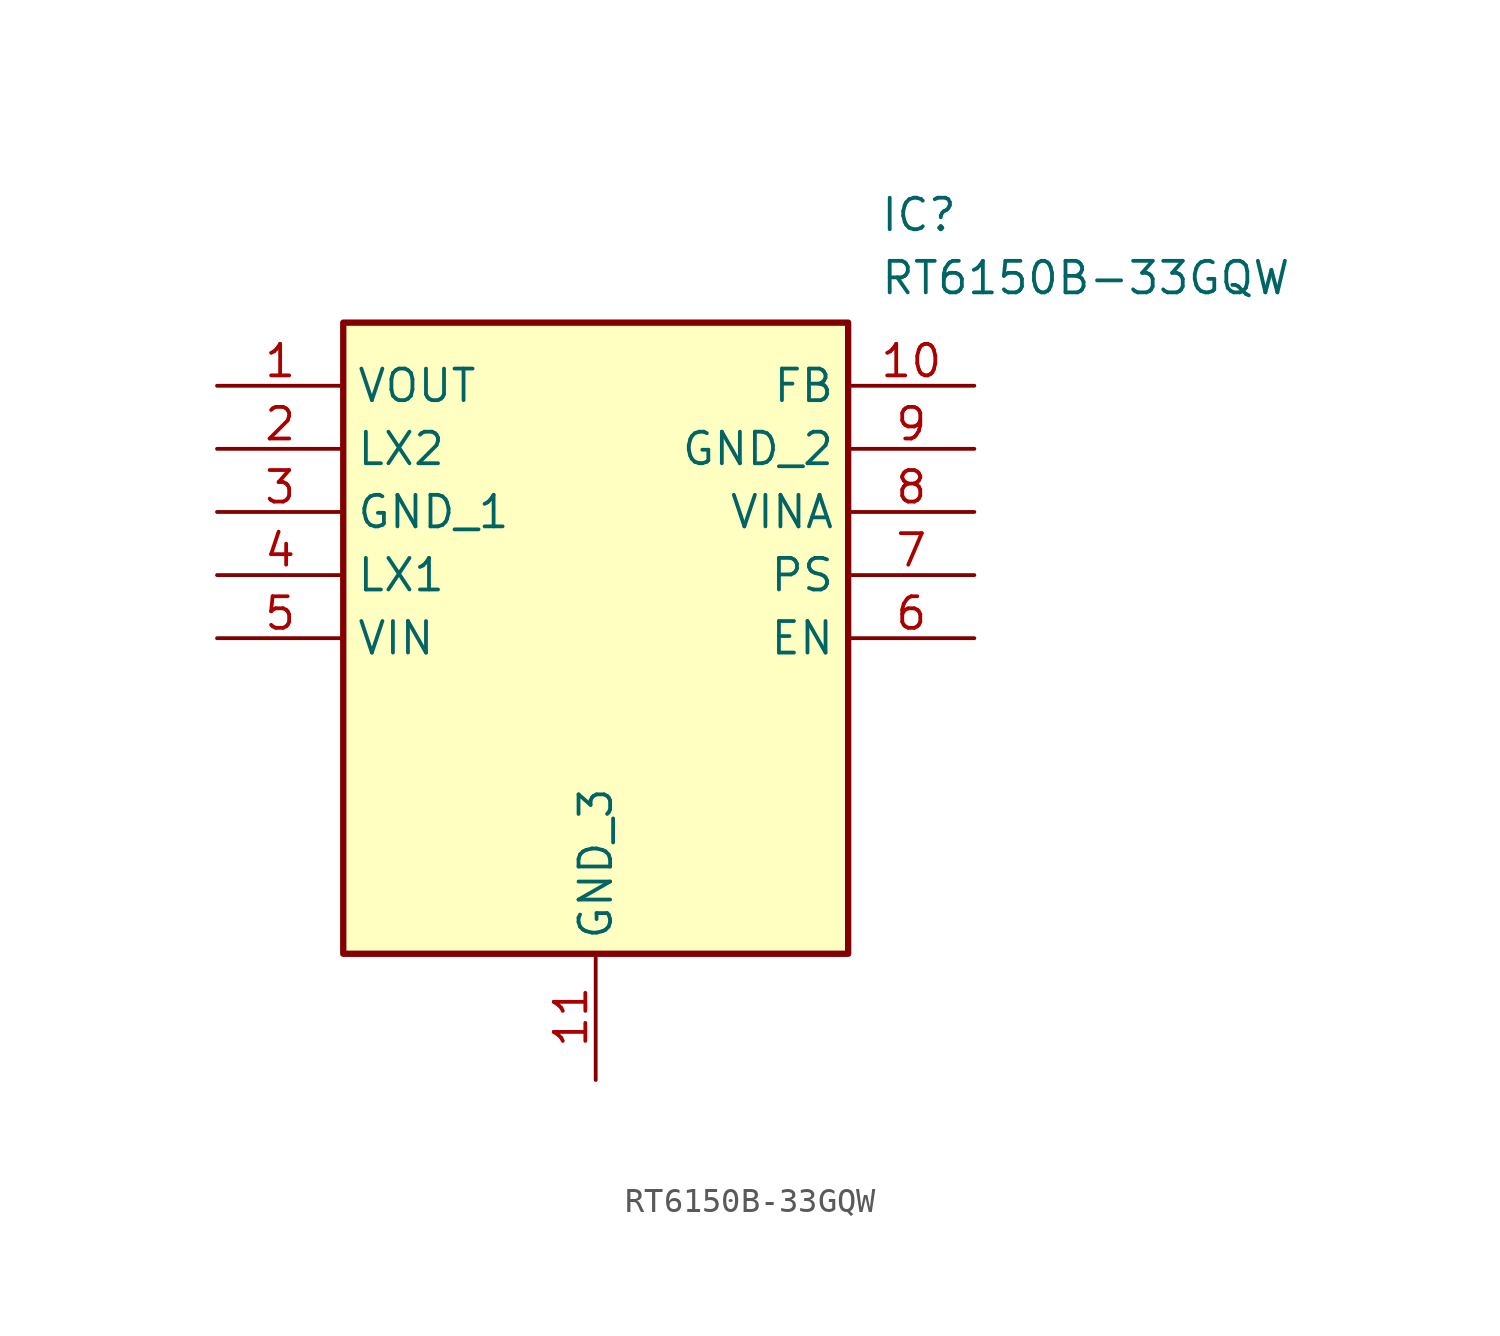
<source format=kicad_sym>
(kicad_symbol_lib
  (version 20211014)
  (generator SamacSys_ECAD_Model)
  (symbol "RT6150B-33GQW"
    (property "Reference" "IC"
      (at 26.67 7.62 0)
      (effects (font (size 1.27 1.27)) (justify left top)))
    (property "Value" "RT6150B-33GQW"
      (at 26.67 5.08 0)
      (effects (font (size 1.27 1.27)) (justify left top)))
    (rectangle
      (start 5.08 2.54)
      (end 25.4 -22.86)
      (stroke (width 0.254) (type default))
      (fill (type background)))
    (pin passive line
      (at 0 0 0)
      (length 5.08)
      (name "VOUT" (effects (font (size 1.27 1.27))))
      (number "1" (effects (font (size 1.27 1.27)))))
    (pin passive line
      (at 0 -2.54 0)
      (length 5.08)
      (name "LX2" (effects (font (size 1.27 1.27))))
      (number "2" (effects (font (size 1.27 1.27)))))
    (pin passive line
      (at 0 -5.08 0)
      (length 5.08)
      (name "GND_1" (effects (font (size 1.27 1.27))))
      (number "3" (effects (font (size 1.27 1.27)))))
    (pin passive line
      (at 0 -7.62 0)
      (length 5.08)
      (name "LX1" (effects (font (size 1.27 1.27))))
      (number "4" (effects (font (size 1.27 1.27)))))
    (pin passive line
      (at 0 -10.16 0)
      (length 5.08)
      (name "VIN" (effects (font (size 1.27 1.27))))
      (number "5" (effects (font (size 1.27 1.27)))))
    (pin passive line
      (at 15.24 -27.94 90)
      (length 5.08)
      (name "GND_3" (effects (font (size 1.27 1.27))))
      (number "11" (effects (font (size 1.27 1.27)))))
    (pin passive line
      (at 30.48 0 180)
      (length 5.08)
      (name "FB" (effects (font (size 1.27 1.27))))
      (number "10" (effects (font (size 1.27 1.27)))))
    (pin passive line
      (at 30.48 -2.54 180)
      (length 5.08)
      (name "GND_2" (effects (font (size 1.27 1.27))))
      (number "9" (effects (font (size 1.27 1.27)))))
    (pin passive line
      (at 30.48 -5.08 180)
      (length 5.08)
      (name "VINA" (effects (font (size 1.27 1.27))))
      (number "8" (effects (font (size 1.27 1.27)))))
    (pin passive line
      (at 30.48 -7.62 180)
      (length 5.08)
      (name "PS" (effects (font (size 1.27 1.27))))
      (number "7" (effects (font (size 1.27 1.27)))))
    (pin passive line
      (at 30.48 -10.16 180)
      (length 5.08)
      (name "EN" (effects (font (size 1.27 1.27))))
      (number "6" (effects (font (size 1.27 1.27)))))))
</source>
